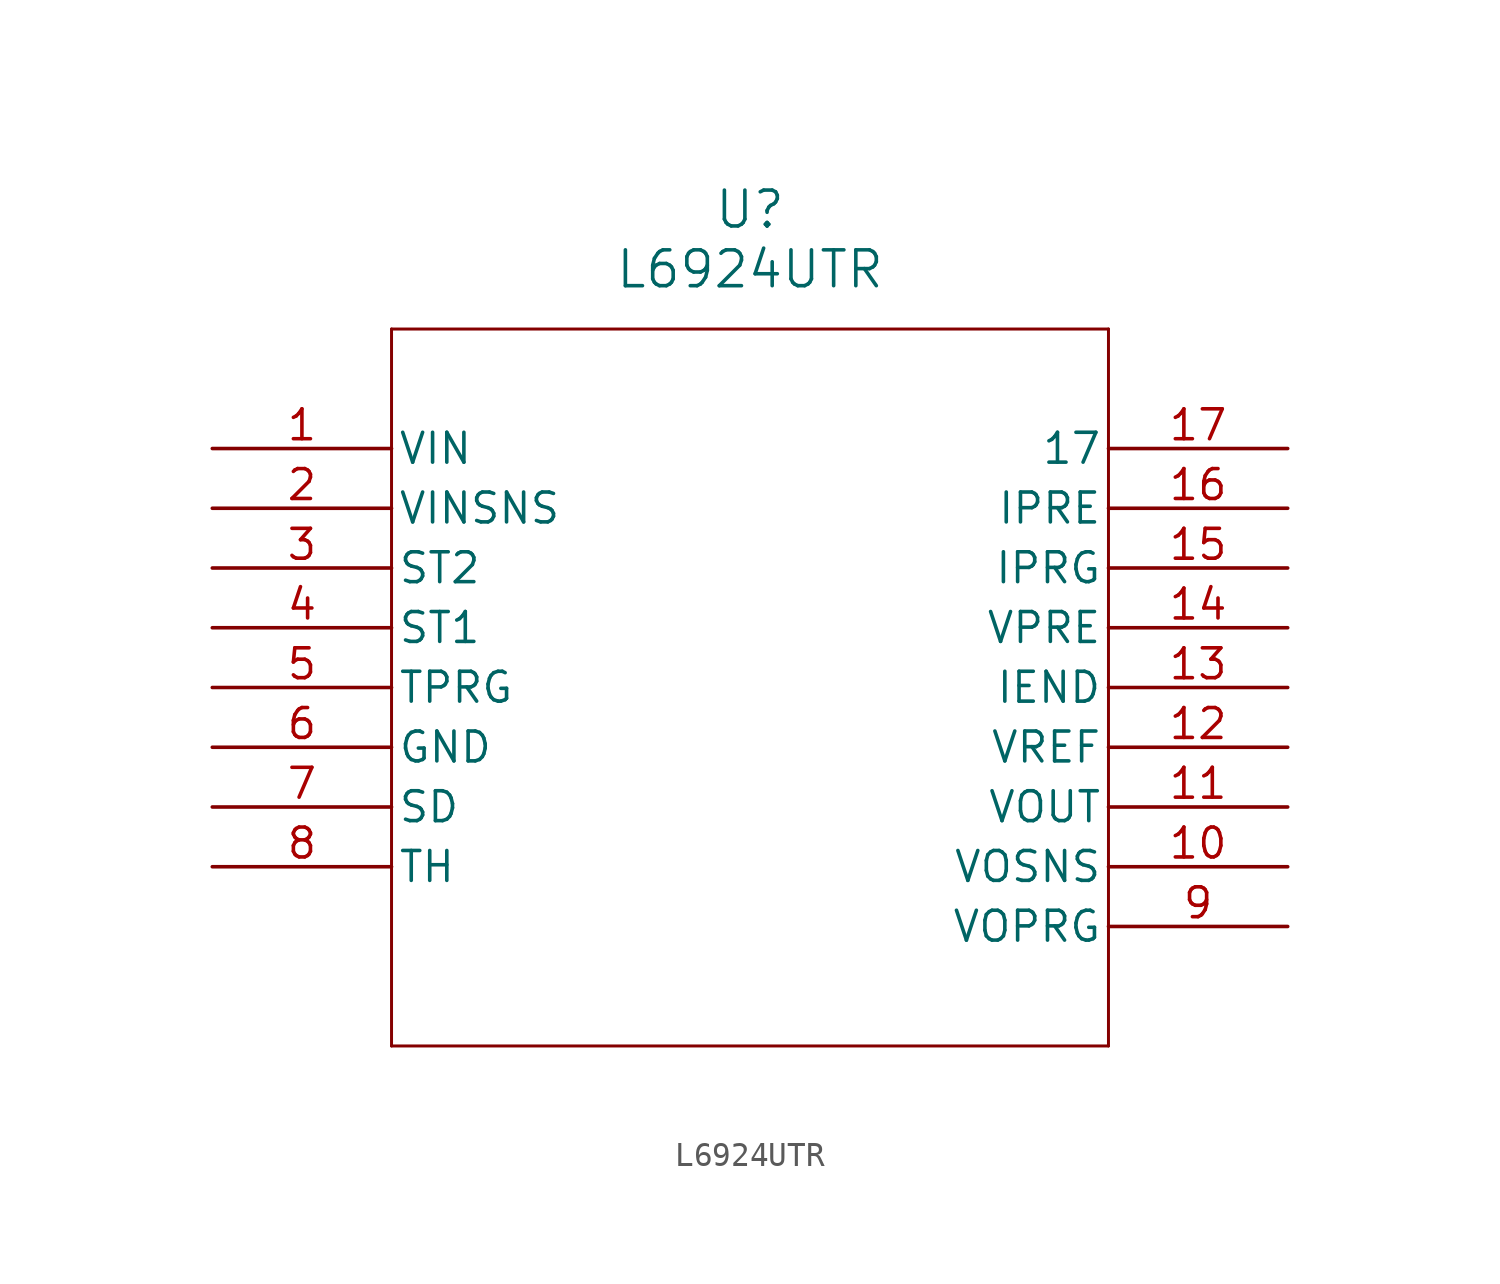
<source format=kicad_sym>
(kicad_symbol_lib
  (version 20211014)
  (generator kicad_symbol_editor)
  (symbol "L6924UTR"
    (pin_names
      (offset 0.254))
    (property "Reference" "U"
      (at 22.86 10.16 0)
      (effects (font (size 1.524 1.524))))
    (property "Value" "L6924UTR"
      (at 22.86 7.62 0)
      (effects (font (size 1.524 1.524))))
    (symbol "L6924UTR_0_1"
      (polyline (pts (xy 7.62 5.08) (xy 7.62 -25.4)) (stroke (width 0.127) (type default) (color 0 0 0 0)) (fill (type none)))
      (polyline (pts (xy 7.62 -25.4) (xy 38.1 -25.4)) (stroke (width 0.127) (type default) (color 0 0 0 0)) (fill (type none)))
      (polyline (pts (xy 38.1 -25.4) (xy 38.1 5.08)) (stroke (width 0.127) (type default) (color 0 0 0 0)) (fill (type none)))
      (polyline (pts (xy 38.1 5.08) (xy 7.62 5.08)) (stroke (width 0.127) (type default) (color 0 0 0 0)) (fill (type none)))
      (pin input line (at 0 0 0) (length 7.62) (name "VIN" (effects (font (size 1.27 1.27)))) (number "1" (effects (font (size 1.27 1.27)))))
      (pin input line (at 0 -2.54 0) (length 7.62) (name "VINSNS" (effects (font (size 1.27 1.27)))) (number "2" (effects (font (size 1.27 1.27)))))
      (pin output line (at 0 -5.08 0) (length 7.62) (name "ST2" (effects (font (size 1.27 1.27)))) (number "3" (effects (font (size 1.27 1.27)))))
      (pin output line (at 0 -7.62 0) (length 7.62) (name "ST1" (effects (font (size 1.27 1.27)))) (number "4" (effects (font (size 1.27 1.27)))))
      (pin input line (at 0 -10.16 0) (length 7.62) (name "TPRG" (effects (font (size 1.27 1.27)))) (number "5" (effects (font (size 1.27 1.27)))))
      (pin power_out line (at 0 -12.7 0) (length 7.62) (name "GND" (effects (font (size 1.27 1.27)))) (number "6" (effects (font (size 1.27 1.27)))))
      (pin input line (at 0 -15.24 0) (length 7.62) (name "SD" (effects (font (size 1.27 1.27)))) (number "7" (effects (font (size 1.27 1.27)))))
      (pin input line (at 0 -17.78 0) (length 7.62) (name "TH" (effects (font (size 1.27 1.27)))) (number "8" (effects (font (size 1.27 1.27)))))
      (pin input line (at 45.72 -20.32 180) (length 7.62) (name "VOPRG" (effects (font (size 1.27 1.27)))) (number "9" (effects (font (size 1.27 1.27)))))
      (pin input line (at 45.72 -17.78 180) (length 7.62) (name "VOSNS" (effects (font (size 1.27 1.27)))) (number "10" (effects (font (size 1.27 1.27)))))
      (pin output line (at 45.72 -15.24 180) (length 7.62) (name "VOUT" (effects (font (size 1.27 1.27)))) (number "11" (effects (font (size 1.27 1.27)))))
      (pin output line (at 45.72 -12.7 180) (length 7.62) (name "VREF" (effects (font (size 1.27 1.27)))) (number "12" (effects (font (size 1.27 1.27)))))
      (pin bidirectional line (at 45.72 -10.16 180) (length 7.62) (name "IEND" (effects (font (size 1.27 1.27)))) (number "13" (effects (font (size 1.27 1.27)))))
      (pin input line (at 45.72 -7.62 180) (length 7.62) (name "VPRE" (effects (font (size 1.27 1.27)))) (number "14" (effects (font (size 1.27 1.27)))))
      (pin input line (at 45.72 -5.08 180) (length 7.62) (name "IPRG" (effects (font (size 1.27 1.27)))) (number "15" (effects (font (size 1.27 1.27)))))
      (pin input line (at 45.72 -2.54 180) (length 7.62) (name "IPRE" (effects (font (size 1.27 1.27)))) (number "16" (effects (font (size 1.27 1.27)))))
      (pin unspecified line (at 45.72 0 180) (length 7.62) (name "17" (effects (font (size 1.27 1.27)))) (number "17" (effects (font (size 1.27 1.27))))))))
</source>
